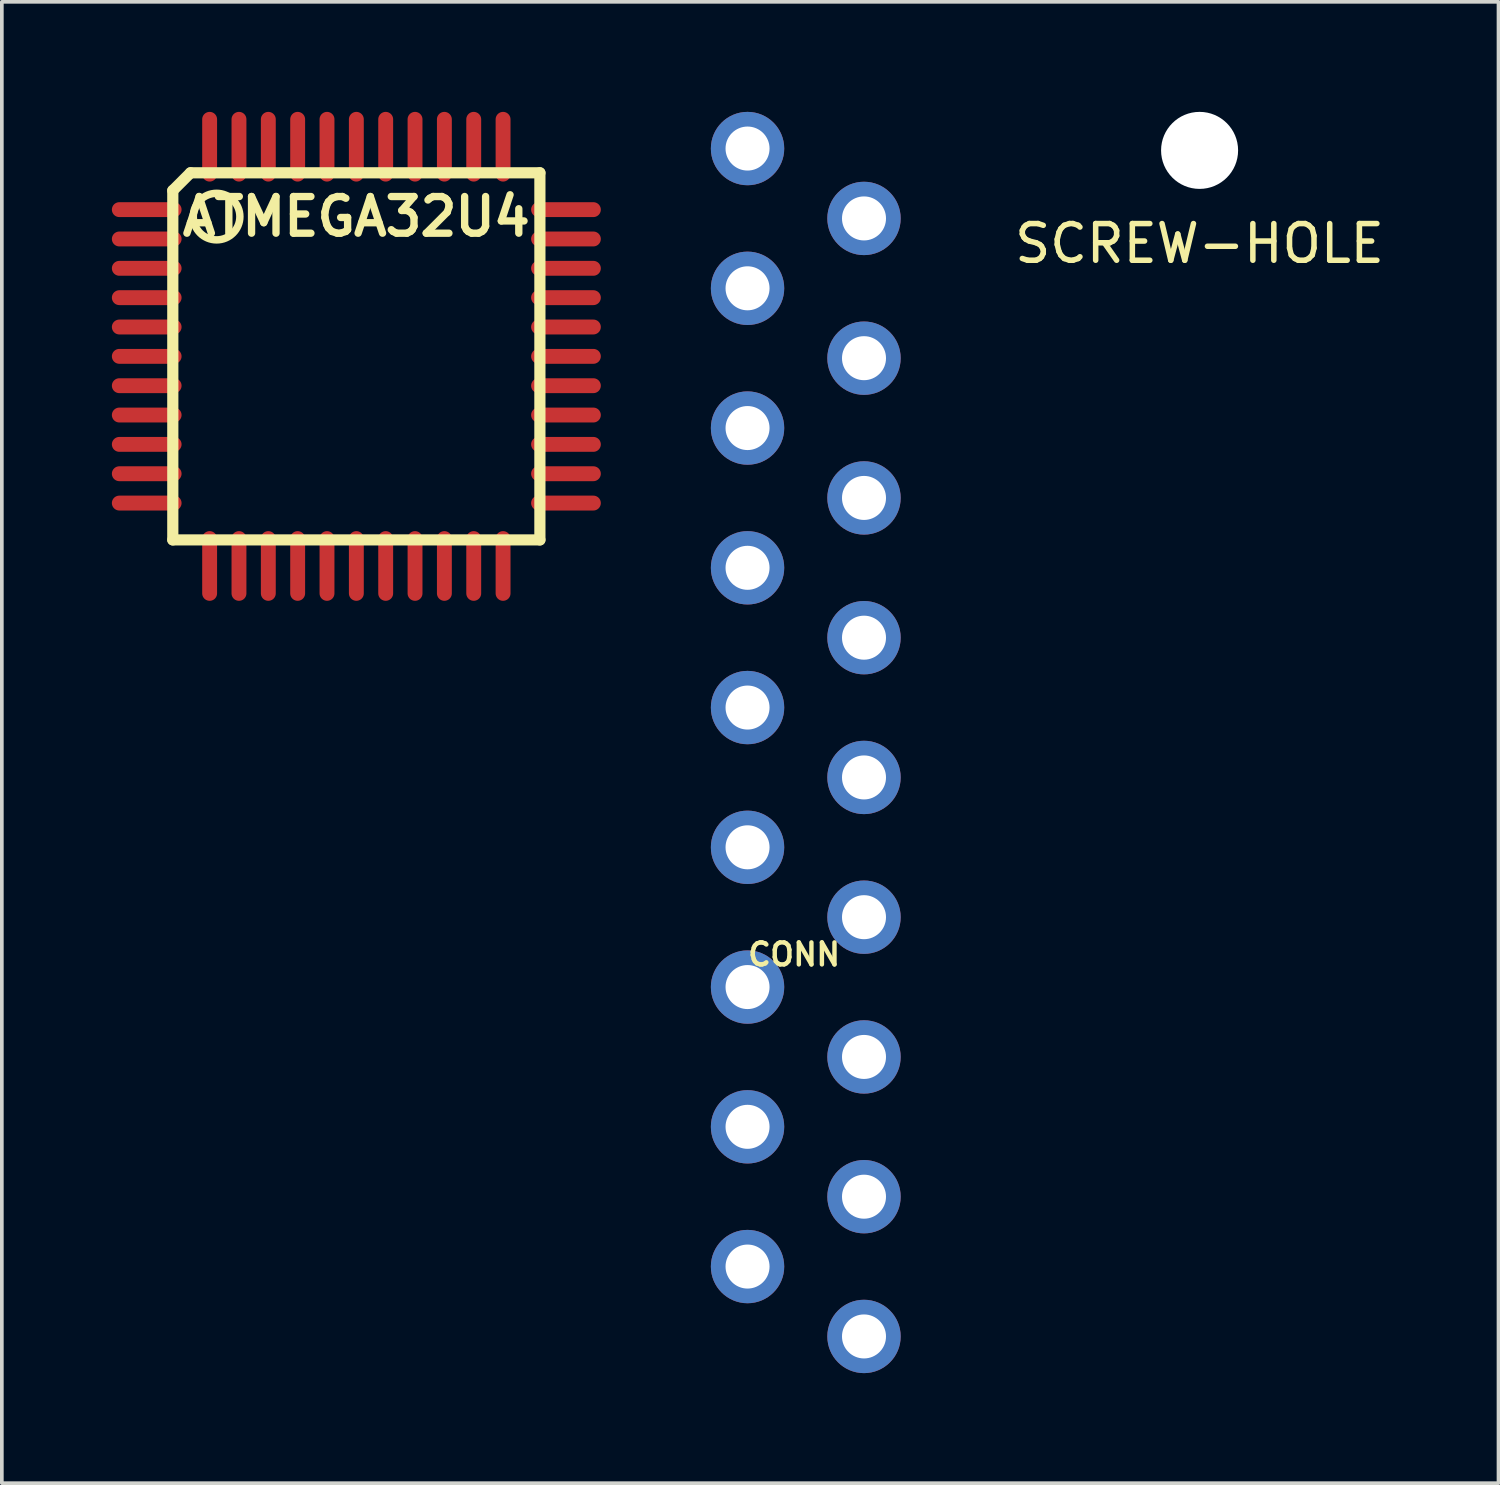
<source format=kicad_pcb>
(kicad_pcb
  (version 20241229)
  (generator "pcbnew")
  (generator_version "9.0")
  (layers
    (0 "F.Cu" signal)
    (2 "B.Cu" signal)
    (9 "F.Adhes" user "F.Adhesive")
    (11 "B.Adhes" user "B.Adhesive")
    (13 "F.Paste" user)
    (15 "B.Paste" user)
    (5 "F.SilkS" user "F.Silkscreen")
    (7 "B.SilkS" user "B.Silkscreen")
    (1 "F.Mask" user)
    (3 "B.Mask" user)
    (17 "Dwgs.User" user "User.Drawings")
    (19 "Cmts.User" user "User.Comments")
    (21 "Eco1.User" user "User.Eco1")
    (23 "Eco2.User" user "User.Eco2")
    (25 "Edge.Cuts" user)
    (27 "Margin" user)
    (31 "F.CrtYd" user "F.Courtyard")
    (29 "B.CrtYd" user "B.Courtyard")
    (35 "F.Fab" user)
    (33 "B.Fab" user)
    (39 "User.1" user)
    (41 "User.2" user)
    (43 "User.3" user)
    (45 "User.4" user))
  (footprint "ATMEGA32U4"
    (layer "F.Cu")
    (at 6.665 6.665)
    (property "Reference" "ATMEGA32U4" (at 0 -3.81 0) (layer "F.SilkS") (effects (font (size 1 1) (thickness 0.2))))
    (attr smd)
    (fp_line (start -5.004 -4.521) (end -5.004 5.004) (stroke (width 0.305) (type solid)) (layer "F.SilkS"))
    (fp_line (start -5.004 -4.521) (end -4.521 -5.004) (stroke (width 0.305) (type solid)) (layer "F.SilkS"))
    (fp_line (start -4.521 -5.004) (end 5.004 -5.004) (stroke (width 0.305) (type solid)) (layer "F.SilkS"))
    (fp_line (start 5.004 -5.004) (end 5.004 5.004) (stroke (width 0.305) (type solid)) (layer "F.SilkS"))
    (fp_line (start 5.004 5.004) (end -5.004 5.004) (stroke (width 0.305) (type solid)) (layer "F.SilkS"))
    (fp_circle (center -3.81 -3.81) (end -3.81 -3.175) (stroke (width 0.203) (type solid)) (fill no) (layer "F.SilkS"))
    (pad "1" smd oval (at -5.715 -4) (size 1.9 0.406) (layers "F.Cu" "F.Mask" "F.Paste"))
    (pad "2" smd oval (at -5.715 -3.2) (size 1.9 0.406) (layers "F.Cu" "F.Mask" "F.Paste"))
    (pad "3" smd oval (at -5.715 -2.4) (size 1.9 0.406) (layers "F.Cu" "F.Mask" "F.Paste"))
    (pad "4" smd oval (at -5.715 -1.6) (size 1.9 0.406) (layers "F.Cu" "F.Mask" "F.Paste"))
    (pad "5" smd oval (at -5.715 -0.8) (size 1.9 0.406) (layers "F.Cu" "F.Mask" "F.Paste"))
    (pad "6" smd oval (at -5.715 0) (size 1.9 0.406) (layers "F.Cu" "F.Mask" "F.Paste"))
    (pad "7" smd oval (at -5.715 0.8) (size 1.9 0.406) (layers "F.Cu" "F.Mask" "F.Paste"))
    (pad "8" smd oval (at -5.715 1.6) (size 1.9 0.406) (layers "F.Cu" "F.Mask" "F.Paste"))
    (pad "9" smd oval (at -5.715 2.4) (size 1.9 0.406) (layers "F.Cu" "F.Mask" "F.Paste"))
    (pad "10" smd oval (at -5.715 3.2) (size 1.9 0.406) (layers "F.Cu" "F.Mask" "F.Paste"))
    (pad "11" smd oval (at -5.715 4) (size 1.9 0.406) (layers "F.Cu" "F.Mask" "F.Paste"))
    (pad "12" smd oval (at -4 5.715) (size 0.406 1.9) (layers "F.Cu" "F.Mask" "F.Paste"))
    (pad "13" smd oval (at -3.2 5.715) (size 0.406 1.9) (layers "F.Cu" "F.Mask" "F.Paste"))
    (pad "14" smd oval (at -2.4 5.715) (size 0.406 1.9) (layers "F.Cu" "F.Mask" "F.Paste"))
    (pad "15" smd oval (at -1.6 5.715) (size 0.406 1.9) (layers "F.Cu" "F.Mask" "F.Paste"))
    (pad "16" smd oval (at -0.8 5.715) (size 0.406 1.9) (layers "F.Cu" "F.Mask" "F.Paste"))
    (pad "17" smd oval (at 0 5.715) (size 0.406 1.9) (layers "F.Cu" "F.Mask" "F.Paste"))
    (pad "18" smd oval (at 0.8 5.715) (size 0.406 1.9) (layers "F.Cu" "F.Mask" "F.Paste"))
    (pad "19" smd oval (at 1.6 5.715) (size 0.406 1.9) (layers "F.Cu" "F.Mask" "F.Paste"))
    (pad "20" smd oval (at 2.4 5.715) (size 0.406 1.9) (layers "F.Cu" "F.Mask" "F.Paste"))
    (pad "21" smd oval (at 3.2 5.715) (size 0.406 1.9) (layers "F.Cu" "F.Mask" "F.Paste"))
    (pad "22" smd oval (at 4 5.715) (size 0.406 1.9) (layers "F.Cu" "F.Mask" "F.Paste"))
    (pad "23" smd oval (at 5.715 4) (size 1.9 0.406) (layers "F.Cu" "F.Mask" "F.Paste"))
    (pad "24" smd oval (at 5.715 3.2) (size 1.9 0.406) (layers "F.Cu" "F.Mask" "F.Paste"))
    (pad "25" smd oval (at 5.715 2.4) (size 1.9 0.406) (layers "F.Cu" "F.Mask" "F.Paste"))
    (pad "26" smd oval (at 5.715 1.6) (size 1.9 0.406) (layers "F.Cu" "F.Mask" "F.Paste"))
    (pad "27" smd oval (at 5.715 0.8) (size 1.9 0.406) (layers "F.Cu" "F.Mask" "F.Paste"))
    (pad "28" smd oval (at 5.715 0) (size 1.9 0.406) (layers "F.Cu" "F.Mask" "F.Paste"))
    (pad "29" smd oval (at 5.715 -0.8) (size 1.9 0.406) (layers "F.Cu" "F.Mask" "F.Paste"))
    (pad "30" smd oval (at 5.715 -1.6) (size 1.9 0.406) (layers "F.Cu" "F.Mask" "F.Paste"))
    (pad "31" smd oval (at 5.715 -2.4) (size 1.9 0.406) (layers "F.Cu" "F.Mask" "F.Paste"))
    (pad "32" smd oval (at 5.715 -3.2) (size 1.9 0.406) (layers "F.Cu" "F.Mask" "F.Paste"))
    (pad "33" smd oval (at 5.715 -4) (size 1.9 0.406) (layers "F.Cu" "F.Mask" "F.Paste"))
    (pad "34" smd oval (at 4 -5.715) (size 0.406 1.9) (layers "F.Cu" "F.Mask" "F.Paste"))
    (pad "35" smd oval (at 3.2 -5.715) (size 0.406 1.9) (layers "F.Cu" "F.Mask" "F.Paste"))
    (pad "36" smd oval (at 2.4 -5.715) (size 0.406 1.9) (layers "F.Cu" "F.Mask" "F.Paste"))
    (pad "37" smd oval (at 1.6 -5.715) (size 0.406 1.9) (layers "F.Cu" "F.Mask" "F.Paste"))
    (pad "38" smd oval (at 0.8 -5.715) (size 0.406 1.9) (layers "F.Cu" "F.Mask" "F.Paste"))
    (pad "39" smd oval (at 0 -5.715) (size 0.406 1.9) (layers "F.Cu" "F.Mask" "F.Paste"))
    (pad "40" smd oval (at -0.8 -5.715) (size 0.406 1.9) (layers "F.Cu" "F.Mask" "F.Paste"))
    (pad "41" smd oval (at -1.6 -5.715) (size 0.406 1.9) (layers "F.Cu" "F.Mask" "F.Paste"))
    (pad "42" smd oval (at -2.4 -5.715) (size 0.406 1.9) (layers "F.Cu" "F.Mask" "F.Paste"))
    (pad "43" smd oval (at -3.2 -5.715) (size 0.406 1.9) (layers "F.Cu" "F.Mask" "F.Paste"))
    (pad "44" smd oval (at -4 -5.715) (size 0.406 1.9) (layers "F.Cu" "F.Mask" "F.Paste")))
  (footprint "CONN"
    (layer "F.Cu")
    (at 18.6 16.875)
    (property "Reference" "CONN" (at 0 6.096 0) (layer "F.SilkS") (effects (font (size 0.6 0.6) (thickness 0.12))))
    (attr through_hole)
    (pad "1" thru_hole circle (at -1.27 -15.875) (size 2 2) (drill 1.2) (layers "*.Cu" "*.Mask"))
    (pad "2" thru_hole circle (at 1.905 -13.97) (size 2 2) (drill 1.2) (layers "*.Cu" "*.Mask"))
    (pad "3" thru_hole circle (at -1.27 -12.065) (size 2 2) (drill 1.2) (layers "*.Cu" "*.Mask"))
    (pad "4" thru_hole circle (at 1.905 -10.16) (size 2 2) (drill 1.2) (layers "*.Cu" "*.Mask"))
    (pad "5" thru_hole circle (at -1.27 -8.255) (size 2 2) (drill 1.2) (layers "*.Cu" "*.Mask"))
    (pad "6" thru_hole circle (at 1.905 -6.35) (size 2 2) (drill 1.2) (layers "*.Cu" "*.Mask"))
    (pad "7" thru_hole circle (at -1.27 -4.445) (size 2 2) (drill 1.2) (layers "*.Cu" "*.Mask"))
    (pad "8" thru_hole circle (at 1.905 -2.54) (size 2 2) (drill 1.2) (layers "*.Cu" "*.Mask"))
    (pad "9" thru_hole circle (at -1.27 -0.635) (size 2 2) (drill 1.2) (layers "*.Cu" "*.Mask"))
    (pad "10" thru_hole circle (at 1.905 1.27) (size 2 2) (drill 1.2) (layers "*.Cu" "*.Mask"))
    (pad "11" thru_hole circle (at -1.27 3.175) (size 2 2) (drill 1.2) (layers "*.Cu" "*.Mask"))
    (pad "12" thru_hole circle (at 1.905 5.08) (size 2 2) (drill 1.2) (layers "*.Cu" "*.Mask"))
    (pad "13" thru_hole circle (at -1.27 6.985) (size 2 2) (drill 1.2) (layers "*.Cu" "*.Mask"))
    (pad "14" thru_hole circle (at 1.905 8.89) (size 2 2) (drill 1.2) (layers "*.Cu" "*.Mask"))
    (pad "15" thru_hole circle (at -1.27 10.795) (size 2 2) (drill 1.2) (layers "*.Cu" "*.Mask"))
    (pad "16" thru_hole circle (at 1.905 12.7) (size 2 2) (drill 1.2) (layers "*.Cu" "*.Mask"))
    (pad "17" thru_hole circle (at -1.27 14.605) (size 2 2) (drill 1.2) (layers "*.Cu" "*.Mask"))
    (pad "18" thru_hole circle (at 1.905 16.51) (size 2 2) (drill 1.2) (layers "*.Cu" "*.Mask")))
  (footprint "SCREW-HOLE"
    (layer "F.Cu")
    (at 29.654 1.05)
    (property "Reference" "SCREW-HOLE" (at 0 2.54 0) (layer "F.SilkS") (effects (font (size 1 1) (thickness 0.15))))
    (attr through_hole)
    (pad "" np_thru_hole circle (at 0 0) (size 2.1 2.1) (drill 2.1) (layers "*.Cu" "*.Mask")))
  (gr_rect
    (start -3 -3)
    (end 37.803 37.385)
    (stroke (width 0.1) (type default))
    (fill no)
    (layer "Edge.Cuts")))
</source>
